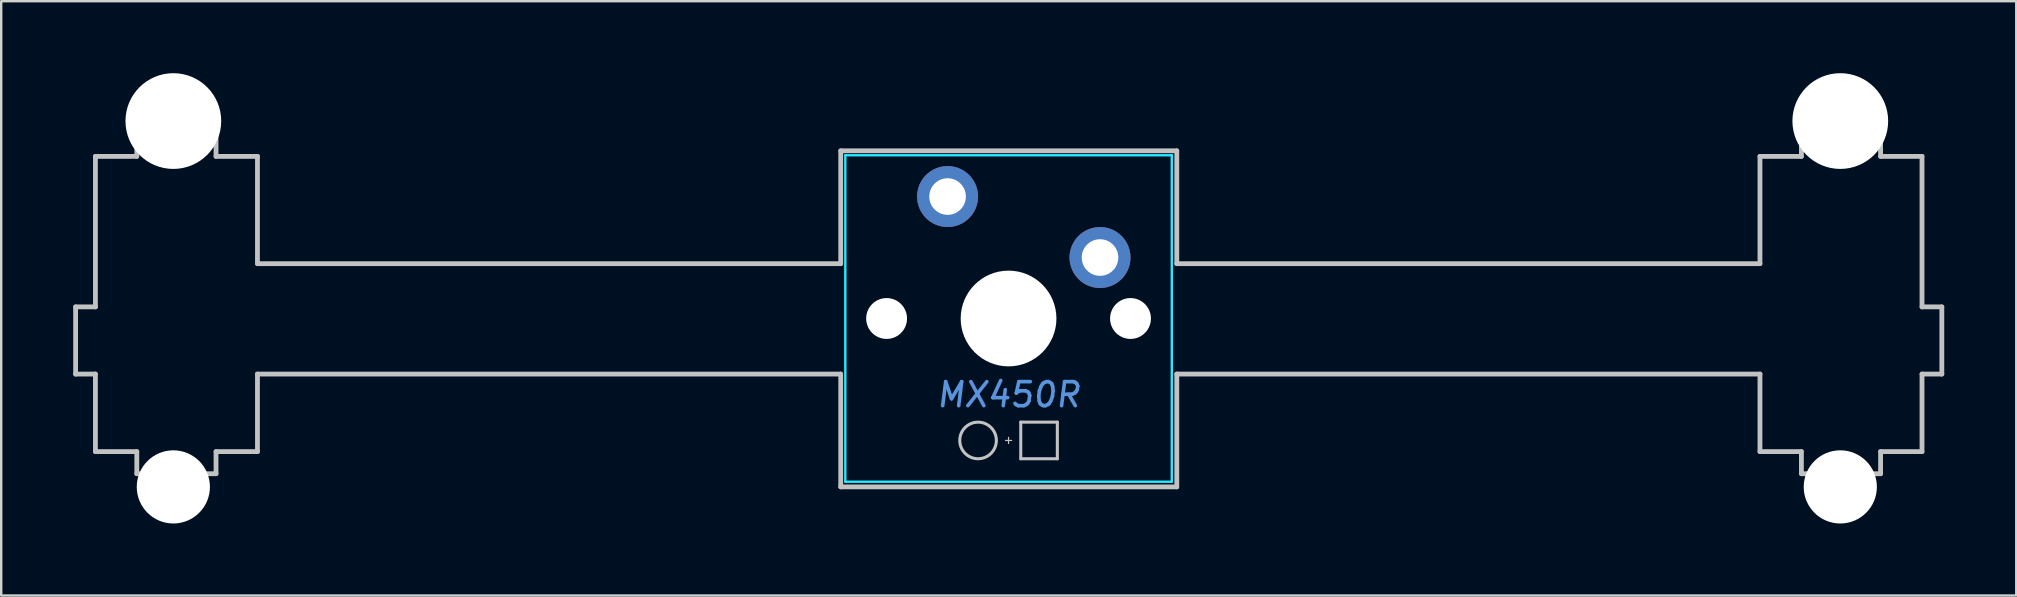
<source format=kicad_pcb>
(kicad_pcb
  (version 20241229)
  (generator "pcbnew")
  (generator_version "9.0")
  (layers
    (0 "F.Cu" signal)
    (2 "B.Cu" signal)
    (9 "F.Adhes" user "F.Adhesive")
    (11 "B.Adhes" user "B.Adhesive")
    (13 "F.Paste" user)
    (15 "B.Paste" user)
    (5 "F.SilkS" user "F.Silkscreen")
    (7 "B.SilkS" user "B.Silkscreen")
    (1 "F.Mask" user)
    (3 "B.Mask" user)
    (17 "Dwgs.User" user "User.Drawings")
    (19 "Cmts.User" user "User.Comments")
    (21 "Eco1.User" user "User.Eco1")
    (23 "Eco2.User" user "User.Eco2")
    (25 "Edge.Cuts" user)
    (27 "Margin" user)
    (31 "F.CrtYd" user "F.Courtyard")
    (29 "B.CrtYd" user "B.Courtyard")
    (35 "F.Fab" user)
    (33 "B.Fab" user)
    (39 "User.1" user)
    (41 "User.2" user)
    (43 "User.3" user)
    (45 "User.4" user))
  (footprint "MX450R"
    (layer "F.Cu")
    (at 38.964 10.218)
    (property "Reference" "MX450R" (at 0 3.175 0) (layer "Cmts.User") (effects (font (size 1 1) (thickness 0.15) (italic yes))))
    (attr through_hole)
    (fp_line (start -38.864 -0.484) (end -38.864 2.315) (stroke (width 0.2) (type solid)) (layer "Dwgs.User"))
    (fp_line (start -38.864 2.315) (end -38.039 2.315) (stroke (width 0.2) (type solid)) (layer "Dwgs.User"))
    (fp_line (start -38.039 -6.754) (end -38.039 -0.484) (stroke (width 0.2) (type solid)) (layer "Dwgs.User"))
    (fp_line (start -38.039 -0.484) (end -38.864 -0.484) (stroke (width 0.2) (type solid)) (layer "Dwgs.User"))
    (fp_line (start -38.039 2.315) (end -38.039 5.545) (stroke (width 0.2) (type solid)) (layer "Dwgs.User"))
    (fp_line (start -38.039 5.545) (end -36.315 5.545) (stroke (width 0.2) (type solid)) (layer "Dwgs.User"))
    (fp_line (start -36.315 -7.734) (end -36.315 -6.754) (stroke (width 0.2) (type solid)) (layer "Dwgs.User"))
    (fp_line (start -36.315 -6.754) (end -38.039 -6.754) (stroke (width 0.2) (type solid)) (layer "Dwgs.User"))
    (fp_line (start -36.315 5.545) (end -36.315 6.466) (stroke (width 0.2) (type solid)) (layer "Dwgs.User"))
    (fp_line (start -36.315 6.466) (end -33.015 6.466) (stroke (width 0.2) (type solid)) (layer "Dwgs.User"))
    (fp_line (start -33.015 -7.734) (end -36.315 -7.734) (stroke (width 0.2) (type solid)) (layer "Dwgs.User"))
    (fp_line (start -33.015 -6.754) (end -33.015 -7.734) (stroke (width 0.2) (type solid)) (layer "Dwgs.User"))
    (fp_line (start -33.015 5.545) (end -31.289 5.545) (stroke (width 0.2) (type solid)) (layer "Dwgs.User"))
    (fp_line (start -33.015 6.466) (end -33.015 5.545) (stroke (width 0.2) (type solid)) (layer "Dwgs.User"))
    (fp_line (start -31.289 -6.754) (end -33.015 -6.754) (stroke (width 0.2) (type solid)) (layer "Dwgs.User"))
    (fp_line (start -31.289 -2.285) (end -31.289 -6.754) (stroke (width 0.2) (type solid)) (layer "Dwgs.User"))
    (fp_line (start -31.289 2.315) (end -6.993 2.315) (stroke (width 0.2) (type solid)) (layer "Dwgs.User"))
    (fp_line (start -31.289 5.545) (end -31.289 2.315) (stroke (width 0.2) (type solid)) (layer "Dwgs.User"))
    (fp_line (start -6.993 -2.285) (end -31.289 -2.285) (stroke (width 0.2) (type solid)) (layer "Dwgs.User"))
    (fp_line (start -6.991 -6.985) (end -6.991 -2.284) (stroke (width 0.2) (type solid)) (layer "Dwgs.User"))
    (fp_line (start -6.991 2.315) (end -6.991 7.014) (stroke (width 0.2) (type solid)) (layer "Dwgs.User"))
    (fp_line (start -6.991 7.014) (end 7.008 7.014) (stroke (width 0.2) (type solid)) (layer "Dwgs.User"))
    (fp_line (start -0.127 5.08) (end 0.127 5.08) (stroke (width 0.051) (type solid)) (layer "Dwgs.User"))
    (fp_line (start 0 5.207) (end 0 4.953) (stroke (width 0.051) (type solid)) (layer "Dwgs.User"))
    (fp_line (start 0.508 4.318) (end 0.508 5.842) (stroke (width 0.127) (type solid)) (layer "Dwgs.User"))
    (fp_line (start 0.508 4.318) (end 2.032 4.318) (stroke (width 0.127) (type solid)) (layer "Dwgs.User"))
    (fp_line (start 0.508 5.842) (end 2.032 5.842) (stroke (width 0.127) (type solid)) (layer "Dwgs.User"))
    (fp_line (start 2.032 5.842) (end 2.032 4.318) (stroke (width 0.127) (type solid)) (layer "Dwgs.User"))
    (fp_line (start 7.006 2.315) (end 31.302 2.315) (stroke (width 0.2) (type solid)) (layer "Dwgs.User"))
    (fp_line (start 7.008 -6.985) (end -6.991 -6.985) (stroke (width 0.2) (type solid)) (layer "Dwgs.User"))
    (fp_line (start 7.008 -2.284) (end 7.008 -6.985) (stroke (width 0.2) (type solid)) (layer "Dwgs.User"))
    (fp_line (start 7.008 7.014) (end 7.008 2.315) (stroke (width 0.2) (type solid)) (layer "Dwgs.User"))
    (fp_line (start 31.302 -6.754) (end 31.302 -2.285) (stroke (width 0.2) (type solid)) (layer "Dwgs.User"))
    (fp_line (start 31.302 -2.285) (end 7.006 -2.285) (stroke (width 0.2) (type solid)) (layer "Dwgs.User"))
    (fp_line (start 31.302 2.315) (end 31.302 5.545) (stroke (width 0.2) (type solid)) (layer "Dwgs.User"))
    (fp_line (start 31.302 5.545) (end 33.028 5.545) (stroke (width 0.2) (type solid)) (layer "Dwgs.User"))
    (fp_line (start 33.028 -7.734) (end 33.028 -6.754) (stroke (width 0.2) (type solid)) (layer "Dwgs.User"))
    (fp_line (start 33.028 -6.754) (end 31.302 -6.754) (stroke (width 0.2) (type solid)) (layer "Dwgs.User"))
    (fp_line (start 33.028 5.545) (end 33.028 6.466) (stroke (width 0.2) (type solid)) (layer "Dwgs.User"))
    (fp_line (start 33.028 6.466) (end 36.327 6.466) (stroke (width 0.2) (type solid)) (layer "Dwgs.User"))
    (fp_line (start 36.327 -7.734) (end 33.028 -7.734) (stroke (width 0.2) (type solid)) (layer "Dwgs.User"))
    (fp_line (start 36.327 -6.754) (end 36.327 -7.734) (stroke (width 0.2) (type solid)) (layer "Dwgs.User"))
    (fp_line (start 36.327 5.545) (end 38.052 5.545) (stroke (width 0.2) (type solid)) (layer "Dwgs.User"))
    (fp_line (start 36.327 6.466) (end 36.327 5.545) (stroke (width 0.2) (type solid)) (layer "Dwgs.User"))
    (fp_line (start 38.052 -6.754) (end 36.327 -6.754) (stroke (width 0.2) (type solid)) (layer "Dwgs.User"))
    (fp_line (start 38.052 -0.484) (end 38.052 -6.754) (stroke (width 0.2) (type solid)) (layer "Dwgs.User"))
    (fp_line (start 38.052 2.315) (end 38.878 2.315) (stroke (width 0.2) (type solid)) (layer "Dwgs.User"))
    (fp_line (start 38.052 5.545) (end 38.052 2.315) (stroke (width 0.2) (type solid)) (layer "Dwgs.User"))
    (fp_line (start 38.878 -0.484) (end 38.052 -0.484) (stroke (width 0.2) (type solid)) (layer "Dwgs.User"))
    (fp_line (start 38.878 2.315) (end 38.878 -0.484) (stroke (width 0.2) (type solid)) (layer "Dwgs.User"))
    (fp_circle (center -1.27 5.08) (end -0.508 5.08) (stroke (width 0.127) (type solid)) (fill no) (layer "Dwgs.User"))
    (fp_line (start -6.8 -6.8) (end -6.8 6.8) (stroke (width 0.1) (type solid)) (layer "B.CrtYd"))
    (fp_line (start -6.8 -6.8) (end 6.8 -6.8) (stroke (width 0.1) (type solid)) (layer "B.CrtYd"))
    (fp_line (start -6.8 6.8) (end 6.8 6.8) (stroke (width 0.1) (type solid)) (layer "B.CrtYd"))
    (fp_line (start 6.8 6.8) (end 6.8 -6.8) (stroke (width 0.1) (type solid)) (layer "B.CrtYd"))
    (pad "" np_thru_hole circle (at -34.793 -8.225) (size 3.988 3.988) (drill 3.988) (layers "*.Cu" "*.Mask"))
    (pad "" np_thru_hole circle (at -34.793 7.015) (size 3.048 3.048) (drill 3.048) (layers "*.Cu" "*.Mask"))
    (pad "" np_thru_hole circle (at -5.08 0) (size 1.702 1.702) (drill 1.702) (layers "*.Cu" "*.Mask"))
    (pad "" connect circle (at -2.54 -5.08) (size 1.524 1.524) (layers "B.Mask"))
    (pad "" np_thru_hole circle (at 0 0) (size 3.988 3.988) (drill 3.988) (layers "*.Cu" "*.Mask"))
    (pad "" connect circle (at 3.81 -2.54) (size 1.524 1.524) (layers "B.Mask"))
    (pad "" np_thru_hole circle (at 5.08 0) (size 1.702 1.702) (drill 1.702) (layers "*.Cu" "*.Mask"))
    (pad "" np_thru_hole circle (at 34.648 -8.225) (size 3.988 3.988) (drill 3.988) (layers "*.Cu" "*.Mask"))
    (pad "" np_thru_hole circle (at 34.648 7.015) (size 3.048 3.048) (drill 3.048) (layers "*.Cu" "*.Mask"))
    (pad "1" thru_hole circle (at -2.54 -5.08) (size 2.54 2.54) (drill 1.524) (layers "*.Cu" "F.Mask"))
    (pad "2" thru_hole circle (at 3.81 -2.54) (size 2.54 2.54) (drill 1.524) (layers "*.Cu" "F.Mask")))
  (gr_rect
    (start -3 -3)
    (end 80.942 21.758)
    (stroke (width 0.1) (type default))
    (fill no)
    (layer "Edge.Cuts")))
</source>
